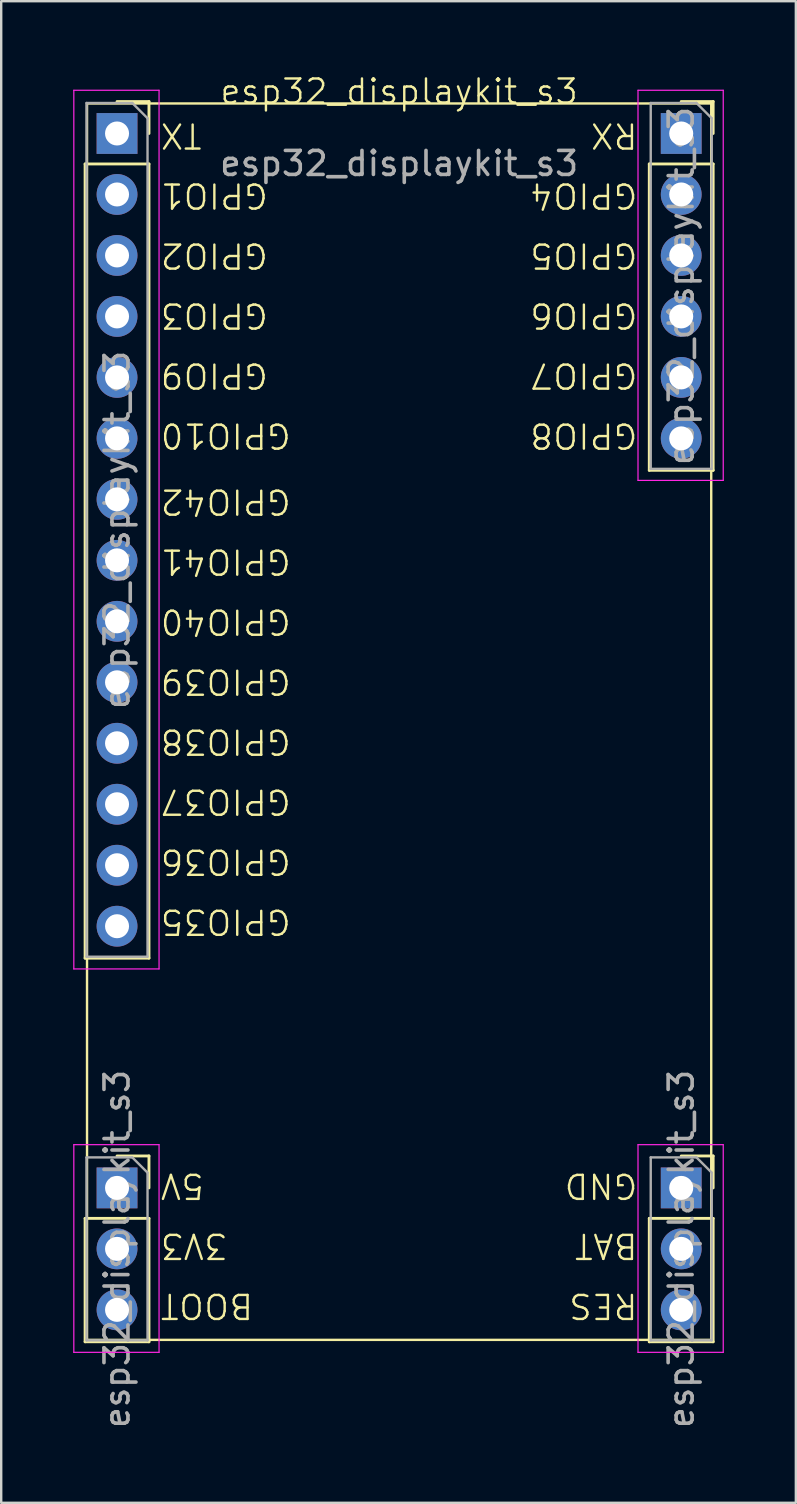
<source format=kicad_pcb>
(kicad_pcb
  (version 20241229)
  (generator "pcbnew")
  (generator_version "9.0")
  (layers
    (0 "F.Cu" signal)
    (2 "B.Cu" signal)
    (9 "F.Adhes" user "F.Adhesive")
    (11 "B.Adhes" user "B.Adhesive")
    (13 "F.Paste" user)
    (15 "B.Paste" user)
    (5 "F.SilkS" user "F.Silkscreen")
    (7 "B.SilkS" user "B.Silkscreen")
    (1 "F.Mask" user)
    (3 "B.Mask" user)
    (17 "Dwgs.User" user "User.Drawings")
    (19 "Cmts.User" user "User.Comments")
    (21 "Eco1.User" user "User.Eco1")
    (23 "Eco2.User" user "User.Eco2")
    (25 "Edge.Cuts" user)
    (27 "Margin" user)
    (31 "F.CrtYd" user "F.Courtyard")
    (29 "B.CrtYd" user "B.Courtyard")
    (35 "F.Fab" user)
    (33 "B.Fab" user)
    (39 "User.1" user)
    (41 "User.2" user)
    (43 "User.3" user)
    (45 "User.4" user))
  (footprint "esp32_displaykit_s3"
    (layer "F.Cu")
    (at 13.575 1.26)
    (property "Reference" "esp32_displaykit_s3" (at 0 -0.5 0) (unlocked yes) (layer "F.SilkS") (effects (font (size 1 1) (thickness 0.1))))
    (attr smd)
    (fp_line (start -13.08 2.52) (end -13.08 35.6) (stroke (width 0.12) (type solid)) (layer "F.SilkS"))
    (fp_line (start -13.08 2.52) (end -10.42 2.52) (stroke (width 0.12) (type solid)) (layer "F.SilkS"))
    (fp_line (start -13.08 35.6) (end -10.42 35.6) (stroke (width 0.12) (type solid)) (layer "F.SilkS"))
    (fp_line (start -13.08 46.44) (end -13.08 51.58) (stroke (width 0.12) (type solid)) (layer "F.SilkS"))
    (fp_line (start -13.08 46.44) (end -10.42 46.44) (stroke (width 0.12) (type solid)) (layer "F.SilkS"))
    (fp_line (start -13.08 51.58) (end -10.42 51.58) (stroke (width 0.12) (type solid)) (layer "F.SilkS"))
    (fp_line (start -11.75 -0.08) (end -10.42 -0.08) (stroke (width 0.12) (type solid)) (layer "F.SilkS"))
    (fp_line (start -11.75 43.84) (end -10.42 43.84) (stroke (width 0.12) (type solid)) (layer "F.SilkS"))
    (fp_line (start -10.42 -0.08) (end -10.42 1.25) (stroke (width 0.12) (type solid)) (layer "F.SilkS"))
    (fp_line (start -10.42 2.52) (end -10.42 35.6) (stroke (width 0.12) (type solid)) (layer "F.SilkS"))
    (fp_line (start -10.42 43.84) (end -10.42 45.17) (stroke (width 0.12) (type solid)) (layer "F.SilkS"))
    (fp_line (start -10.42 46.44) (end -10.42 51.58) (stroke (width 0.12) (type solid)) (layer "F.SilkS"))
    (fp_line (start 10.42 2.52) (end 10.42 15.28) (stroke (width 0.12) (type solid)) (layer "F.SilkS"))
    (fp_line (start 10.42 2.52) (end 13.08 2.52) (stroke (width 0.12) (type solid)) (layer "F.SilkS"))
    (fp_line (start 10.42 15.28) (end 13.08 15.28) (stroke (width 0.12) (type solid)) (layer "F.SilkS"))
    (fp_line (start 10.42 46.44) (end 10.42 51.58) (stroke (width 0.12) (type solid)) (layer "F.SilkS"))
    (fp_line (start 10.42 46.44) (end 13.08 46.44) (stroke (width 0.12) (type solid)) (layer "F.SilkS"))
    (fp_line (start 10.42 51.58) (end 13.08 51.58) (stroke (width 0.12) (type solid)) (layer "F.SilkS"))
    (fp_line (start 11.75 -0.08) (end 13.08 -0.08) (stroke (width 0.12) (type solid)) (layer "F.SilkS"))
    (fp_line (start 11.75 43.84) (end 13.08 43.84) (stroke (width 0.12) (type solid)) (layer "F.SilkS"))
    (fp_line (start 13.08 -0.08) (end 13.08 1.25) (stroke (width 0.12) (type solid)) (layer "F.SilkS"))
    (fp_line (start 13.08 2.52) (end 13.08 15.28) (stroke (width 0.12) (type solid)) (layer "F.SilkS"))
    (fp_line (start 13.08 43.84) (end 13.08 45.17) (stroke (width 0.12) (type solid)) (layer "F.SilkS"))
    (fp_line (start 13.08 46.44) (end 13.08 51.58) (stroke (width 0.12) (type solid)) (layer "F.SilkS"))
    (fp_rect (start -13 0) (end 13 51.5) (stroke (width 0.1) (type default)) (fill no) (layer "F.SilkS"))
    (fp_line (start -13.55 -0.55) (end -10 -0.55) (stroke (width 0.05) (type solid)) (layer "F.CrtYd"))
    (fp_line (start -13.55 36.05) (end -13.55 -0.55) (stroke (width 0.05) (type solid)) (layer "F.CrtYd"))
    (fp_line (start -13.55 36.05) (end -10 36.05) (stroke (width 0.05) (type solid)) (layer "F.CrtYd"))
    (fp_line (start -13.55 52.02) (end -13.55 43.37) (stroke (width 0.05) (type solid)) (layer "F.CrtYd"))
    (fp_line (start -13.55 52.02) (end -10 52.02) (stroke (width 0.05) (type solid)) (layer "F.CrtYd"))
    (fp_line (start -10 -0.55) (end -10 36.05) (stroke (width 0.05) (type solid)) (layer "F.CrtYd"))
    (fp_line (start -10 43.37) (end -13.55 43.37) (stroke (width 0.05) (type default)) (layer "F.CrtYd"))
    (fp_line (start -10 43.37) (end -10 52.02) (stroke (width 0.05) (type solid)) (layer "F.CrtYd"))
    (fp_line (start 9.95 -0.55) (end 13.5 -0.55) (stroke (width 0.05) (type solid)) (layer "F.CrtYd"))
    (fp_line (start 9.95 15.7) (end 9.95 -0.55) (stroke (width 0.05) (type solid)) (layer "F.CrtYd"))
    (fp_line (start 9.95 15.7) (end 13.5 15.7) (stroke (width 0.05) (type default)) (layer "F.CrtYd"))
    (fp_line (start 9.95 52.02) (end 9.95 43.37) (stroke (width 0.05) (type solid)) (layer "F.CrtYd"))
    (fp_line (start 9.95 52.02) (end 13.5 52.02) (stroke (width 0.05) (type default)) (layer "F.CrtYd"))
    (fp_line (start 13.5 -0.55) (end 13.5 15.7) (stroke (width 0.05) (type solid)) (layer "F.CrtYd"))
    (fp_line (start 13.5 43.37) (end 9.95 43.37) (stroke (width 0.05) (type default)) (layer "F.CrtYd"))
    (fp_line (start 13.5 43.37) (end 13.5 52.02) (stroke (width 0.05) (type solid)) (layer "F.CrtYd"))
    (fp_line (start -13.02 -0.02) (end -11.115 -0.02) (stroke (width 0.1) (type solid)) (layer "F.Fab"))
    (fp_line (start -13.02 35.54) (end -13.02 -0.02) (stroke (width 0.1) (type solid)) (layer "F.Fab"))
    (fp_line (start -13.02 43.9) (end -11.115 43.9) (stroke (width 0.1) (type solid)) (layer "F.Fab"))
    (fp_line (start -13.02 51.52) (end -13.02 43.9) (stroke (width 0.1) (type solid)) (layer "F.Fab"))
    (fp_line (start -11.115 -0.02) (end -10.48 0.615) (stroke (width 0.1) (type solid)) (layer "F.Fab"))
    (fp_line (start -11.115 43.9) (end -10.48 44.535) (stroke (width 0.1) (type solid)) (layer "F.Fab"))
    (fp_line (start -10.48 0.615) (end -10.48 35.54) (stroke (width 0.1) (type solid)) (layer "F.Fab"))
    (fp_line (start -10.48 35.54) (end -13.02 35.54) (stroke (width 0.1) (type solid)) (layer "F.Fab"))
    (fp_line (start -10.48 44.535) (end -10.48 51.52) (stroke (width 0.1) (type solid)) (layer "F.Fab"))
    (fp_line (start -10.48 51.52) (end -13.02 51.52) (stroke (width 0.1) (type solid)) (layer "F.Fab"))
    (fp_line (start 10.48 -0.02) (end 12.385 -0.02) (stroke (width 0.1) (type solid)) (layer "F.Fab"))
    (fp_line (start 10.48 15.22) (end 10.48 -0.02) (stroke (width 0.1) (type solid)) (layer "F.Fab"))
    (fp_line (start 10.48 43.9) (end 12.385 43.9) (stroke (width 0.1) (type solid)) (layer "F.Fab"))
    (fp_line (start 10.48 51.52) (end 10.48 43.9) (stroke (width 0.1) (type solid)) (layer "F.Fab"))
    (fp_line (start 12.385 -0.02) (end 13.02 0.615) (stroke (width 0.1) (type solid)) (layer "F.Fab"))
    (fp_line (start 12.385 43.9) (end 13.02 44.535) (stroke (width 0.1) (type solid)) (layer "F.Fab"))
    (fp_line (start 13.02 0.615) (end 13.02 15.22) (stroke (width 0.1) (type solid)) (layer "F.Fab"))
    (fp_line (start 13.02 15.22) (end 10.48 15.22) (stroke (width 0.1) (type solid)) (layer "F.Fab"))
    (fp_line (start 13.02 44.535) (end 13.02 51.52) (stroke (width 0.1) (type solid)) (layer "F.Fab"))
    (fp_line (start 13.02 51.52) (end 10.48 51.52) (stroke (width 0.1) (type solid)) (layer "F.Fab"))
    (fp_text user "GPIO37" (at -10 28.5 180) (unlocked yes) (layer "F.SilkS") (effects (font (size 1 1) (thickness 0.1)) (justify right bottom)))
    (fp_text user "GPIO1" (at -10 3.25 180) (unlocked yes) (layer "F.SilkS") (effects (font (size 1 1) (thickness 0.1)) (justify right bottom)))
    (fp_text user "GPIO9" (at -10 10.75 180) (unlocked yes) (layer "F.SilkS") (effects (font (size 1 1) (thickness 0.1)) (justify right bottom)))
    (fp_text user "GPIO6" (at 10 8.25 180) (unlocked yes) (layer "F.SilkS") (effects (font (size 1 1) (thickness 0.1)) (justify left bottom)))
    (fp_text user "GPIO2" (at -10 5.75 180) (unlocked yes) (layer "F.SilkS") (effects (font (size 1 1) (thickness 0.1)) (justify right bottom)))
    (fp_text user "GPIO38" (at -10 26 180) (unlocked yes) (layer "F.SilkS") (effects (font (size 1 1) (thickness 0.1)) (justify right bottom)))
    (fp_text user "GPIO40" (at -10 21 180) (unlocked yes) (layer "F.SilkS") (effects (font (size 1 1) (thickness 0.1)) (justify right bottom)))
    (fp_text user "TX" (at -10 0.75 180) (unlocked yes) (layer "F.SilkS") (effects (font (size 1 1) (thickness 0.1)) (justify right bottom)))
    (fp_text user "3V3" (at -10 47 180) (unlocked yes) (layer "F.SilkS") (effects (font (size 1 1) (thickness 0.1)) (justify right bottom)))
    (fp_text user "GPIO7" (at 10 10.75 180) (unlocked yes) (layer "F.SilkS") (effects (font (size 1 1) (thickness 0.1)) (justify left bottom)))
    (fp_text user "GPIO42" (at -10 16 180) (unlocked yes) (layer "F.SilkS") (effects (font (size 1 1) (thickness 0.1)) (justify right bottom)))
    (fp_text user "GPIO3" (at -10 8.25 180) (unlocked yes) (layer "F.SilkS") (effects (font (size 1 1) (thickness 0.1)) (justify right bottom)))
    (fp_text user "GPIO5" (at 10 5.75 180) (unlocked yes) (layer "F.SilkS") (effects (font (size 1 1) (thickness 0.1)) (justify left bottom)))
    (fp_text user "5V" (at -10 44.5 180) (unlocked yes) (layer "F.SilkS") (effects (font (size 1 1) (thickness 0.1)) (justify right bottom)))
    (fp_text user "GPIO36" (at -10 31 180) (unlocked yes) (layer "F.SilkS") (effects (font (size 1 1) (thickness 0.1)) (justify right bottom)))
    (fp_text user "RX" (at 10 0.75 180) (unlocked yes) (layer "F.SilkS") (effects (font (size 1 1) (thickness 0.1)) (justify left bottom)))
    (fp_text user "GND" (at 10 44.5 180) (unlocked yes) (layer "F.SilkS") (effects (font (size 1 1) (thickness 0.1)) (justify left bottom)))
    (fp_text user "RES" (at 10 49.5 180) (unlocked yes) (layer "F.SilkS") (effects (font (size 1 1) (thickness 0.1)) (justify left bottom)))
    (fp_text user "GPIO8" (at 10 13.25 180) (unlocked yes) (layer "F.SilkS") (effects (font (size 1 1) (thickness 0.1)) (justify left bottom)))
    (fp_text user "GPIO39" (at -10 23.5 180) (unlocked yes) (layer "F.SilkS") (effects (font (size 1 1) (thickness 0.1)) (justify right bottom)))
    (fp_text user "GPIO41" (at -10 18.5 180) (unlocked yes) (layer "F.SilkS") (effects (font (size 1 1) (thickness 0.1)) (justify right bottom)))
    (fp_text user "GPIO10" (at -10 13.25 180) (unlocked yes) (layer "F.SilkS") (effects (font (size 1 1) (thickness 0.1)) (justify right bottom)))
    (fp_text user "BOOT" (at -10 49.5 180) (unlocked yes) (layer "F.SilkS") (effects (font (size 1 1) (thickness 0.1)) (justify right bottom)))
    (fp_text user "BAT" (at 10 47 180) (unlocked yes) (layer "F.SilkS") (effects (font (size 1 1) (thickness 0.1)) (justify left bottom)))
    (fp_text user "GPIO35" (at -10 33.5 180) (unlocked yes) (layer "F.SilkS") (effects (font (size 1 1) (thickness 0.1)) (justify right bottom)))
    (fp_text user "GPIO4" (at 10 3.25 180) (unlocked yes) (layer "F.SilkS") (effects (font (size 1 1) (thickness 0.1)) (justify left bottom)))
    (fp_text user "${REFERENCE}" (at 11.75 47.71 90) (layer "F.Fab") (effects (font (size 1 1) (thickness 0.15))))
    (fp_text user "${REFERENCE}" (at -11.75 47.71 90) (layer "F.Fab") (effects (font (size 1 1) (thickness 0.15))))
    (fp_text user "${REFERENCE}" (at -11.75 17.76 90) (layer "F.Fab") (effects (font (size 1 1) (thickness 0.15))))
    (fp_text user "${REFERENCE}" (at 0 2.5 0) (unlocked yes) (layer "F.Fab") (effects (font (size 1 1) (thickness 0.15))))
    (fp_text user "${REFERENCE}" (at 11.75 7.6 90) (layer "F.Fab") (effects (font (size 1 1) (thickness 0.15))))
    (pad "1" thru_hole oval (at 11.75 50.25) (size 1.7 1.7) (drill 1) (layers "*.Cu" "*.Mask"))
    (pad "2" thru_hole oval (at 11.75 47.71) (size 1.7 1.7) (drill 1) (layers "*.Cu" "*.Mask"))
    (pad "3" thru_hole rect (at 11.75 45.17) (size 1.7 1.7) (drill 1) (layers "*.Cu" "*.Mask"))
    (pad "4" thru_hole oval (at 11.75 13.95) (size 1.7 1.7) (drill 1) (layers "*.Cu" "*.Mask"))
    (pad "5" thru_hole oval (at 11.75 11.41) (size 1.7 1.7) (drill 1) (layers "*.Cu" "*.Mask"))
    (pad "6" thru_hole oval (at 11.75 8.87) (size 1.7 1.7) (drill 1) (layers "*.Cu" "*.Mask"))
    (pad "7" thru_hole oval (at 11.75 6.33) (size 1.7 1.7) (drill 1) (layers "*.Cu" "*.Mask"))
    (pad "8" thru_hole oval (at 11.75 3.79) (size 1.7 1.7) (drill 1) (layers "*.Cu" "*.Mask"))
    (pad "9" thru_hole rect (at 11.75 1.25) (size 1.7 1.7) (drill 1) (layers "*.Cu" "*.Mask"))
    (pad "10" thru_hole rect (at -11.75 1.25) (size 1.7 1.7) (drill 1) (layers "*.Cu" "*.Mask"))
    (pad "11" thru_hole oval (at -11.75 3.79) (size 1.7 1.7) (drill 1) (layers "*.Cu" "*.Mask"))
    (pad "12" thru_hole oval (at -11.75 6.33) (size 1.7 1.7) (drill 1) (layers "*.Cu" "*.Mask"))
    (pad "13" thru_hole oval (at -11.75 8.87) (size 1.7 1.7) (drill 1) (layers "*.Cu" "*.Mask"))
    (pad "14" thru_hole oval (at -11.75 11.41) (size 1.7 1.7) (drill 1) (layers "*.Cu" "*.Mask"))
    (pad "15" thru_hole oval (at -11.75 13.95) (size 1.7 1.7) (drill 1) (layers "*.Cu" "*.Mask"))
    (pad "16" thru_hole oval (at -11.75 16.49) (size 1.7 1.7) (drill 1) (layers "*.Cu" "*.Mask"))
    (pad "17" thru_hole oval (at -11.75 19.03) (size 1.7 1.7) (drill 1) (layers "*.Cu" "*.Mask"))
    (pad "18" thru_hole oval (at -11.75 21.57) (size 1.7 1.7) (drill 1) (layers "*.Cu" "*.Mask"))
    (pad "19" thru_hole oval (at -11.75 24.11) (size 1.7 1.7) (drill 1) (layers "*.Cu" "*.Mask"))
    (pad "20" thru_hole oval (at -11.75 26.65) (size 1.7 1.7) (drill 1) (layers "*.Cu" "*.Mask"))
    (pad "21" thru_hole oval (at -11.75 29.19) (size 1.7 1.7) (drill 1) (layers "*.Cu" "*.Mask"))
    (pad "22" thru_hole oval (at -11.75 31.73) (size 1.7 1.7) (drill 1) (layers "*.Cu" "*.Mask"))
    (pad "23" thru_hole oval (at -11.75 34.27) (size 1.7 1.7) (drill 1) (layers "*.Cu" "*.Mask"))
    (pad "24" thru_hole rect (at -11.75 45.17) (size 1.7 1.7) (drill 1) (layers "*.Cu" "*.Mask"))
    (pad "25" thru_hole oval (at -11.75 47.71) (size 1.7 1.7) (drill 1) (layers "*.Cu" "*.Mask"))
    (pad "26" thru_hole oval (at -11.75 50.25) (size 1.7 1.7) (drill 1) (layers "*.Cu" "*.Mask")))
  (gr_rect
    (start -3 -3)
    (end 30.1 59.548)
    (stroke (width 0.1) (type default))
    (fill no)
    (layer "Edge.Cuts")))
</source>
